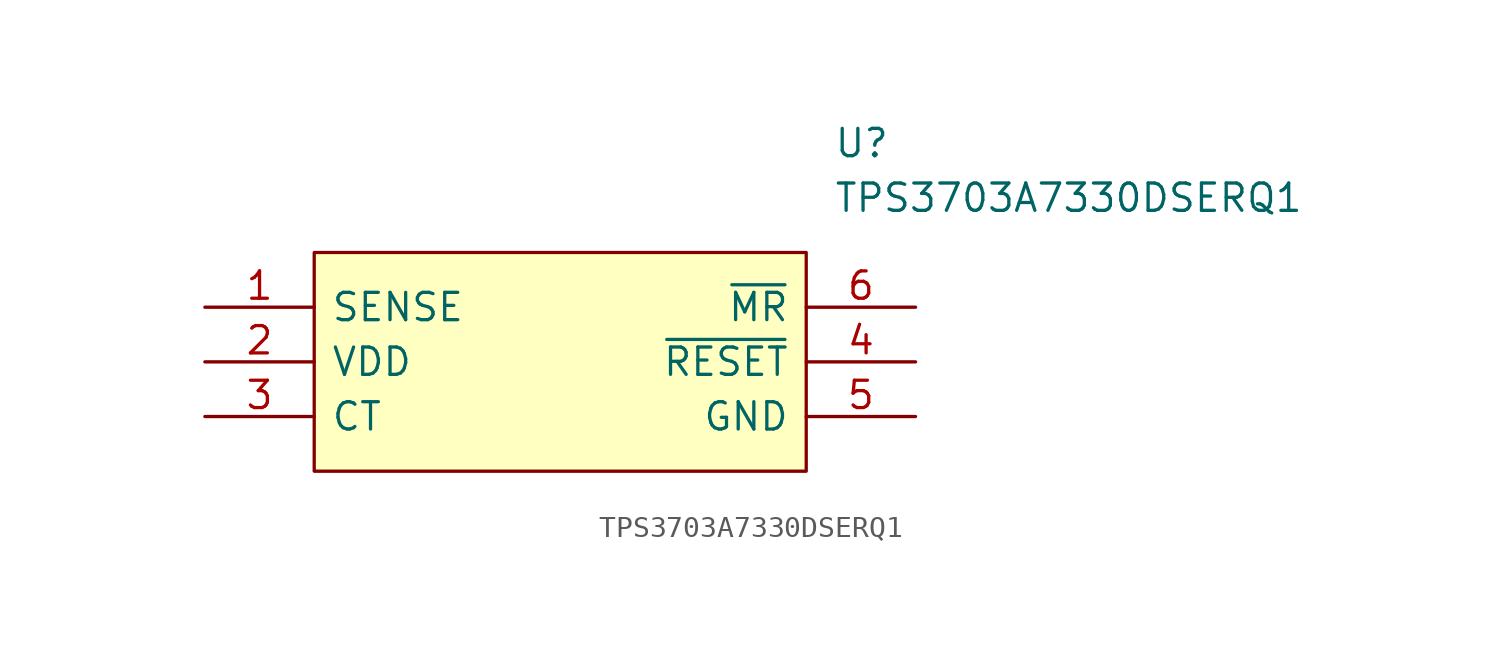
<source format=kicad_sym>
(kicad_symbol_lib
  (version 20211014)
  (generator kicad_symbol_editor)
  (symbol "TPS3703A7330DSERQ1"
    (pin_names
      (offset 0.762))
    (property "Reference" "U"
      (at 29.21 7.62 0)
      (effects (font (size 1.27 1.27)) (justify left)))
    (property "Value" "TPS3703A7330DSERQ1"
      (at 29.21 5.08 0)
      (effects (font (size 1.27 1.27)) (justify left)))
    (symbol "TPS3703A7330DSERQ1_0_0"
      (pin passive line (at 0 0 0) (length 5.08) (name "SENSE" (effects (font (size 1.27 1.27)))) (number "1" (effects (font (size 1.27 1.27)))))
      (pin passive line (at 0 -2.54 0) (length 5.08) (name "VDD" (effects (font (size 1.27 1.27)))) (number "2" (effects (font (size 1.27 1.27)))))
      (pin passive line (at 0 -5.08 0) (length 5.08) (name "CT" (effects (font (size 1.27 1.27)))) (number "3" (effects (font (size 1.27 1.27)))))
      (pin passive line (at 33.02 -2.54 180) (length 5.08) (name "~{RESET}" (effects (font (size 1.27 1.27)))) (number "4" (effects (font (size 1.27 1.27)))))
      (pin passive line (at 33.02 -5.08 180) (length 5.08) (name "GND" (effects (font (size 1.27 1.27)))) (number "5" (effects (font (size 1.27 1.27)))))
      (pin passive line (at 33.02 0 180) (length 5.08) (name "~{MR}" (effects (font (size 1.27 1.27)))) (number "6" (effects (font (size 1.27 1.27))))))
    (symbol "TPS3703A7330DSERQ1_0_1"
      (polyline (pts (xy 5.08 2.54) (xy 27.94 2.54) (xy 27.94 -7.62) (xy 5.08 -7.62) (xy 5.08 2.54)) (stroke (width 0.152) (type default) (color 0 0 0 0)) (fill (type background))))))
</source>
